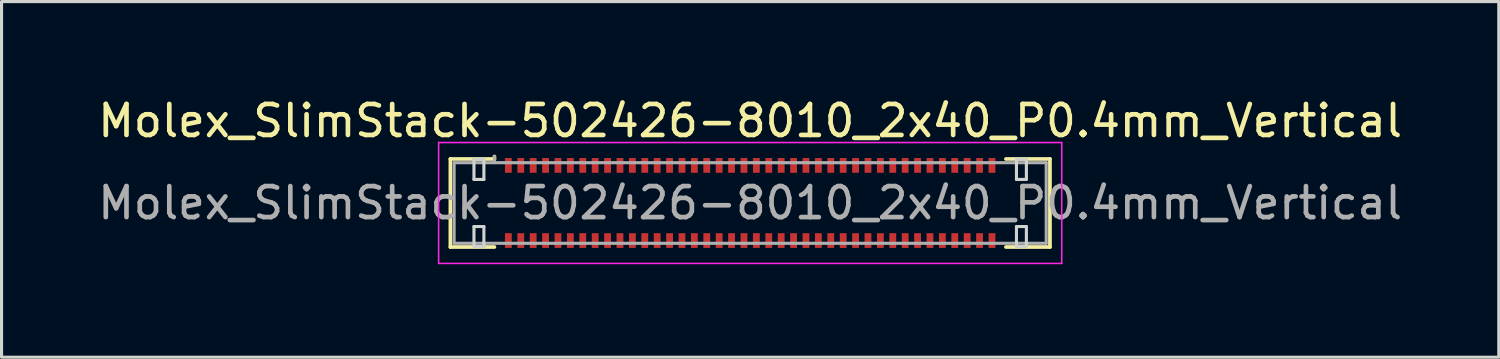
<source format=kicad_pcb>
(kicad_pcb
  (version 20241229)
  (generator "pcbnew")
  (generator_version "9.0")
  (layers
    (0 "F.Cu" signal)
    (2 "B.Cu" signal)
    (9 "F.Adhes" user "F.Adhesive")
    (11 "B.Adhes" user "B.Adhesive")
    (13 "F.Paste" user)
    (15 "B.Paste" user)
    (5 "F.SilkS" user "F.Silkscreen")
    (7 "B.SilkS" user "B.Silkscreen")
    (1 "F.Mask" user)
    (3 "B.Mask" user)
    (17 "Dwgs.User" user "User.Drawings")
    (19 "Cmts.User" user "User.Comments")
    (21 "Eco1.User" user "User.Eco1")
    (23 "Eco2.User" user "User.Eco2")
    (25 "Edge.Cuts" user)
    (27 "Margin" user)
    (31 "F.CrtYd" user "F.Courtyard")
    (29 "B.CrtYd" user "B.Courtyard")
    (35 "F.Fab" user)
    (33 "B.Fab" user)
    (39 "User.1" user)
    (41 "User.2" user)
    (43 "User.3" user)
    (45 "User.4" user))
  (footprint "Molex_SlimStack-502426-8010_2x40_P0.4mm_Vertical"
    (layer "F.Cu")
    (at 21.149 3.498)
    (property "Reference" "Molex_SlimStack-502426-8010_2x40_P0.4mm_Vertical" (at 0 -2.65 0) (layer "F.SilkS") (effects (font (size 1 1) (thickness 0.15))))
    (attr smd)
    (fp_line (start -9.67 -1.42) (end -8.25 -1.42) (stroke (width 0.12) (type solid)) (layer "F.SilkS"))
    (fp_line (start -9.67 1.42) (end -9.67 -1.42) (stroke (width 0.12) (type solid)) (layer "F.SilkS"))
    (fp_line (start -8.25 -1.42) (end -8.25 -1.5) (stroke (width 0.12) (type solid)) (layer "F.SilkS"))
    (fp_line (start -8.25 1.42) (end -9.67 1.42) (stroke (width 0.12) (type solid)) (layer "F.SilkS"))
    (fp_line (start 8.25 1.42) (end 9.67 1.42) (stroke (width 0.12) (type solid)) (layer "F.SilkS"))
    (fp_line (start 9.67 -1.42) (end 8.25 -1.42) (stroke (width 0.12) (type solid)) (layer "F.SilkS"))
    (fp_line (start 9.67 1.42) (end 9.67 -1.42) (stroke (width 0.12) (type solid)) (layer "F.SilkS"))
    (fp_line (start -8.91 -1.41) (end -8.91 -0.76) (stroke (width 0.1) (type solid)) (layer "Edge.Cuts"))
    (fp_line (start -8.91 -0.76) (end -8.59 -0.76) (stroke (width 0.1) (type solid)) (layer "Edge.Cuts"))
    (fp_line (start -8.91 0.76) (end -8.91 1.41) (stroke (width 0.1) (type solid)) (layer "Edge.Cuts"))
    (fp_line (start -8.91 1.41) (end -8.59 1.41) (stroke (width 0.1) (type solid)) (layer "Edge.Cuts"))
    (fp_line (start -8.59 -1.41) (end -8.91 -1.41) (stroke (width 0.1) (type solid)) (layer "Edge.Cuts"))
    (fp_line (start -8.59 -0.76) (end -8.59 -1.41) (stroke (width 0.1) (type solid)) (layer "Edge.Cuts"))
    (fp_line (start -8.59 0.76) (end -8.91 0.76) (stroke (width 0.1) (type solid)) (layer "Edge.Cuts"))
    (fp_line (start -8.59 1.41) (end -8.59 0.76) (stroke (width 0.1) (type solid)) (layer "Edge.Cuts"))
    (fp_line (start 8.59 -1.41) (end 8.59 -0.76) (stroke (width 0.1) (type solid)) (layer "Edge.Cuts"))
    (fp_line (start 8.59 -0.76) (end 8.91 -0.76) (stroke (width 0.1) (type solid)) (layer "Edge.Cuts"))
    (fp_line (start 8.59 0.76) (end 8.59 1.41) (stroke (width 0.1) (type solid)) (layer "Edge.Cuts"))
    (fp_line (start 8.59 1.41) (end 8.91 1.41) (stroke (width 0.1) (type solid)) (layer "Edge.Cuts"))
    (fp_line (start 8.91 -1.41) (end 8.59 -1.41) (stroke (width 0.1) (type solid)) (layer "Edge.Cuts"))
    (fp_line (start 8.91 -0.76) (end 8.91 -1.41) (stroke (width 0.1) (type solid)) (layer "Edge.Cuts"))
    (fp_line (start 8.91 0.76) (end 8.59 0.76) (stroke (width 0.1) (type solid)) (layer "Edge.Cuts"))
    (fp_line (start 8.91 1.41) (end 8.91 0.76) (stroke (width 0.1) (type solid)) (layer "Edge.Cuts"))
    (fp_line (start -10.05 -1.95) (end -10.05 1.95) (stroke (width 0.05) (type solid)) (layer "F.CrtYd"))
    (fp_line (start -10.05 1.95) (end 10.05 1.95) (stroke (width 0.05) (type solid)) (layer "F.CrtYd"))
    (fp_line (start 10.05 -1.95) (end -10.05 -1.95) (stroke (width 0.05) (type solid)) (layer "F.CrtYd"))
    (fp_line (start 10.05 1.95) (end 10.05 -1.95) (stroke (width 0.05) (type solid)) (layer "F.CrtYd"))
    (fp_line (start -9.55 -1.3) (end -9.55 1.3) (stroke (width 0.1) (type solid)) (layer "F.Fab"))
    (fp_line (start -9.55 1.3) (end 9.55 1.3) (stroke (width 0.1) (type solid)) (layer "F.Fab"))
    (fp_line (start -8.25 -1.3) (end -8.25 -1.5) (stroke (width 0.1) (type solid)) (layer "F.Fab"))
    (fp_line (start 9.55 -1.3) (end -9.55 -1.3) (stroke (width 0.1) (type solid)) (layer "F.Fab"))
    (fp_line (start 9.55 1.3) (end 9.55 -1.3) (stroke (width 0.1) (type solid)) (layer "F.Fab"))
    (fp_text user "${REFERENCE}" (at 0 0 0) (layer "F.Fab") (effects (font (size 1 1) (thickness 0.15))))
    (pad "1" smd rect (at 7.8 -1.212) (size 0.22 0.475) (layers "F.Cu" "F.Mask" "F.Paste"))
    (pad "2" smd rect (at 7.8 1.212) (size 0.22 0.475) (layers "F.Cu" "F.Mask" "F.Paste"))
    (pad "3" smd rect (at 7.4 -1.212) (size 0.22 0.475) (layers "F.Cu" "F.Mask" "F.Paste"))
    (pad "4" smd rect (at 7.4 1.212) (size 0.22 0.475) (layers "F.Cu" "F.Mask" "F.Paste"))
    (pad "5" smd rect (at 7 -1.212) (size 0.22 0.475) (layers "F.Cu" "F.Mask" "F.Paste"))
    (pad "6" smd rect (at 7 1.212) (size 0.22 0.475) (layers "F.Cu" "F.Mask" "F.Paste"))
    (pad "7" smd rect (at 6.6 -1.212) (size 0.22 0.475) (layers "F.Cu" "F.Mask" "F.Paste"))
    (pad "8" smd rect (at 6.6 1.212) (size 0.22 0.475) (layers "F.Cu" "F.Mask" "F.Paste"))
    (pad "9" smd rect (at 6.2 -1.212) (size 0.22 0.475) (layers "F.Cu" "F.Mask" "F.Paste"))
    (pad "10" smd rect (at 6.2 1.212) (size 0.22 0.475) (layers "F.Cu" "F.Mask" "F.Paste"))
    (pad "11" smd rect (at 5.8 -1.212) (size 0.22 0.475) (layers "F.Cu" "F.Mask" "F.Paste"))
    (pad "12" smd rect (at 5.8 1.212) (size 0.22 0.475) (layers "F.Cu" "F.Mask" "F.Paste"))
    (pad "13" smd rect (at 5.4 -1.212) (size 0.22 0.475) (layers "F.Cu" "F.Mask" "F.Paste"))
    (pad "14" smd rect (at 5.4 1.212) (size 0.22 0.475) (layers "F.Cu" "F.Mask" "F.Paste"))
    (pad "15" smd rect (at 5 -1.212) (size 0.22 0.475) (layers "F.Cu" "F.Mask" "F.Paste"))
    (pad "16" smd rect (at 5 1.212) (size 0.22 0.475) (layers "F.Cu" "F.Mask" "F.Paste"))
    (pad "17" smd rect (at 4.6 -1.212) (size 0.22 0.475) (layers "F.Cu" "F.Mask" "F.Paste"))
    (pad "18" smd rect (at 4.6 1.212) (size 0.22 0.475) (layers "F.Cu" "F.Mask" "F.Paste"))
    (pad "19" smd rect (at 4.2 -1.212) (size 0.22 0.475) (layers "F.Cu" "F.Mask" "F.Paste"))
    (pad "20" smd rect (at 4.2 1.212) (size 0.22 0.475) (layers "F.Cu" "F.Mask" "F.Paste"))
    (pad "21" smd rect (at 3.8 -1.212) (size 0.22 0.475) (layers "F.Cu" "F.Mask" "F.Paste"))
    (pad "22" smd rect (at 3.8 1.212) (size 0.22 0.475) (layers "F.Cu" "F.Mask" "F.Paste"))
    (pad "23" smd rect (at 3.4 -1.212) (size 0.22 0.475) (layers "F.Cu" "F.Mask" "F.Paste"))
    (pad "24" smd rect (at 3.4 1.212) (size 0.22 0.475) (layers "F.Cu" "F.Mask" "F.Paste"))
    (pad "25" smd rect (at 3 -1.212) (size 0.22 0.475) (layers "F.Cu" "F.Mask" "F.Paste"))
    (pad "26" smd rect (at 3 1.212) (size 0.22 0.475) (layers "F.Cu" "F.Mask" "F.Paste"))
    (pad "27" smd rect (at 2.6 -1.212) (size 0.22 0.475) (layers "F.Cu" "F.Mask" "F.Paste"))
    (pad "28" smd rect (at 2.6 1.212) (size 0.22 0.475) (layers "F.Cu" "F.Mask" "F.Paste"))
    (pad "29" smd rect (at 2.2 -1.212) (size 0.22 0.475) (layers "F.Cu" "F.Mask" "F.Paste"))
    (pad "30" smd rect (at 2.2 1.212) (size 0.22 0.475) (layers "F.Cu" "F.Mask" "F.Paste"))
    (pad "31" smd rect (at 1.8 -1.212) (size 0.22 0.475) (layers "F.Cu" "F.Mask" "F.Paste"))
    (pad "32" smd rect (at 1.8 1.212) (size 0.22 0.475) (layers "F.Cu" "F.Mask" "F.Paste"))
    (pad "33" smd rect (at 1.4 -1.212) (size 0.22 0.475) (layers "F.Cu" "F.Mask" "F.Paste"))
    (pad "34" smd rect (at 1.4 1.212) (size 0.22 0.475) (layers "F.Cu" "F.Mask" "F.Paste"))
    (pad "35" smd rect (at 1 -1.212) (size 0.22 0.475) (layers "F.Cu" "F.Mask" "F.Paste"))
    (pad "36" smd rect (at 1 1.212) (size 0.22 0.475) (layers "F.Cu" "F.Mask" "F.Paste"))
    (pad "37" smd rect (at 0.6 -1.212) (size 0.22 0.475) (layers "F.Cu" "F.Mask" "F.Paste"))
    (pad "38" smd rect (at 0.6 1.212) (size 0.22 0.475) (layers "F.Cu" "F.Mask" "F.Paste"))
    (pad "39" smd rect (at 0.2 -1.212) (size 0.22 0.475) (layers "F.Cu" "F.Mask" "F.Paste"))
    (pad "40" smd rect (at 0.2 1.212) (size 0.22 0.475) (layers "F.Cu" "F.Mask" "F.Paste"))
    (pad "41" smd rect (at -0.2 -1.212) (size 0.22 0.475) (layers "F.Cu" "F.Mask" "F.Paste"))
    (pad "42" smd rect (at -0.2 1.212) (size 0.22 0.475) (layers "F.Cu" "F.Mask" "F.Paste"))
    (pad "43" smd rect (at -0.6 -1.212) (size 0.22 0.475) (layers "F.Cu" "F.Mask" "F.Paste"))
    (pad "44" smd rect (at -0.6 1.212) (size 0.22 0.475) (layers "F.Cu" "F.Mask" "F.Paste"))
    (pad "45" smd rect (at -1 -1.212) (size 0.22 0.475) (layers "F.Cu" "F.Mask" "F.Paste"))
    (pad "46" smd rect (at -1 1.212) (size 0.22 0.475) (layers "F.Cu" "F.Mask" "F.Paste"))
    (pad "47" smd rect (at -1.4 -1.212) (size 0.22 0.475) (layers "F.Cu" "F.Mask" "F.Paste"))
    (pad "48" smd rect (at -1.4 1.212) (size 0.22 0.475) (layers "F.Cu" "F.Mask" "F.Paste"))
    (pad "49" smd rect (at -1.8 -1.212) (size 0.22 0.475) (layers "F.Cu" "F.Mask" "F.Paste"))
    (pad "50" smd rect (at -1.8 1.212) (size 0.22 0.475) (layers "F.Cu" "F.Mask" "F.Paste"))
    (pad "51" smd rect (at -2.2 -1.212) (size 0.22 0.475) (layers "F.Cu" "F.Mask" "F.Paste"))
    (pad "52" smd rect (at -2.2 1.212) (size 0.22 0.475) (layers "F.Cu" "F.Mask" "F.Paste"))
    (pad "53" smd rect (at -2.6 -1.212) (size 0.22 0.475) (layers "F.Cu" "F.Mask" "F.Paste"))
    (pad "54" smd rect (at -2.6 1.212) (size 0.22 0.475) (layers "F.Cu" "F.Mask" "F.Paste"))
    (pad "55" smd rect (at -3 -1.212) (size 0.22 0.475) (layers "F.Cu" "F.Mask" "F.Paste"))
    (pad "56" smd rect (at -3 1.212) (size 0.22 0.475) (layers "F.Cu" "F.Mask" "F.Paste"))
    (pad "57" smd rect (at -3.4 -1.212) (size 0.22 0.475) (layers "F.Cu" "F.Mask" "F.Paste"))
    (pad "58" smd rect (at -3.4 1.212) (size 0.22 0.475) (layers "F.Cu" "F.Mask" "F.Paste"))
    (pad "59" smd rect (at -3.8 -1.212) (size 0.22 0.475) (layers "F.Cu" "F.Mask" "F.Paste"))
    (pad "60" smd rect (at -3.8 1.212) (size 0.22 0.475) (layers "F.Cu" "F.Mask" "F.Paste"))
    (pad "61" smd rect (at -4.2 -1.212) (size 0.22 0.475) (layers "F.Cu" "F.Mask" "F.Paste"))
    (pad "62" smd rect (at -4.2 1.212) (size 0.22 0.475) (layers "F.Cu" "F.Mask" "F.Paste"))
    (pad "63" smd rect (at -4.6 -1.212) (size 0.22 0.475) (layers "F.Cu" "F.Mask" "F.Paste"))
    (pad "64" smd rect (at -4.6 1.212) (size 0.22 0.475) (layers "F.Cu" "F.Mask" "F.Paste"))
    (pad "65" smd rect (at -5 -1.212) (size 0.22 0.475) (layers "F.Cu" "F.Mask" "F.Paste"))
    (pad "66" smd rect (at -5 1.212) (size 0.22 0.475) (layers "F.Cu" "F.Mask" "F.Paste"))
    (pad "67" smd rect (at -5.4 -1.212) (size 0.22 0.475) (layers "F.Cu" "F.Mask" "F.Paste"))
    (pad "68" smd rect (at -5.4 1.212) (size 0.22 0.475) (layers "F.Cu" "F.Mask" "F.Paste"))
    (pad "69" smd rect (at -5.8 -1.212) (size 0.22 0.475) (layers "F.Cu" "F.Mask" "F.Paste"))
    (pad "70" smd rect (at -5.8 1.212) (size 0.22 0.475) (layers "F.Cu" "F.Mask" "F.Paste"))
    (pad "71" smd rect (at -6.2 -1.212) (size 0.22 0.475) (layers "F.Cu" "F.Mask" "F.Paste"))
    (pad "72" smd rect (at -6.2 1.212) (size 0.22 0.475) (layers "F.Cu" "F.Mask" "F.Paste"))
    (pad "73" smd rect (at -6.6 -1.212) (size 0.22 0.475) (layers "F.Cu" "F.Mask" "F.Paste"))
    (pad "74" smd rect (at -6.6 1.212) (size 0.22 0.475) (layers "F.Cu" "F.Mask" "F.Paste"))
    (pad "75" smd rect (at -7 -1.212) (size 0.22 0.475) (layers "F.Cu" "F.Mask" "F.Paste"))
    (pad "76" smd rect (at -7 1.212) (size 0.22 0.475) (layers "F.Cu" "F.Mask" "F.Paste"))
    (pad "77" smd rect (at -7.4 -1.212) (size 0.22 0.475) (layers "F.Cu" "F.Mask" "F.Paste"))
    (pad "78" smd rect (at -7.4 1.212) (size 0.22 0.475) (layers "F.Cu" "F.Mask" "F.Paste"))
    (pad "79" smd rect (at -7.8 -1.212) (size 0.22 0.475) (layers "F.Cu" "F.Mask" "F.Paste"))
    (pad "80" smd rect (at -7.8 1.212) (size 0.22 0.475) (layers "F.Cu" "F.Mask" "F.Paste")))
  (gr_rect
    (start -3 -3)
    (end 45.298 8.473)
    (stroke (width 0.1) (type default))
    (fill no)
    (layer "Edge.Cuts")))
</source>
